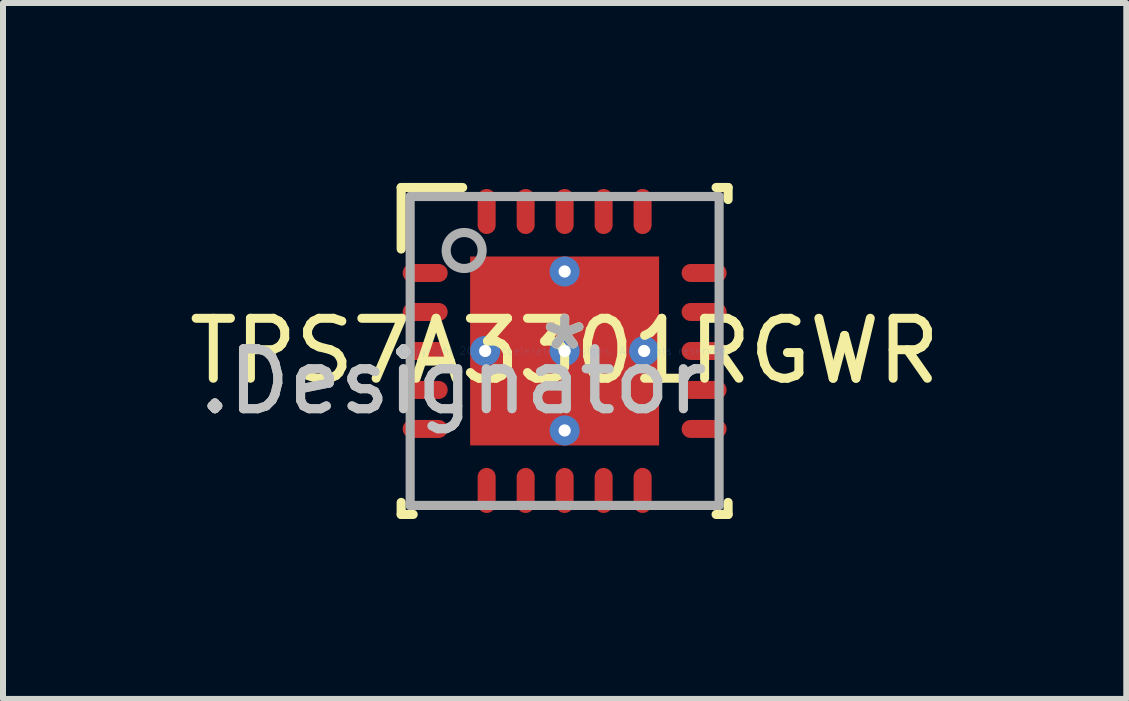
<source format=kicad_pcb>
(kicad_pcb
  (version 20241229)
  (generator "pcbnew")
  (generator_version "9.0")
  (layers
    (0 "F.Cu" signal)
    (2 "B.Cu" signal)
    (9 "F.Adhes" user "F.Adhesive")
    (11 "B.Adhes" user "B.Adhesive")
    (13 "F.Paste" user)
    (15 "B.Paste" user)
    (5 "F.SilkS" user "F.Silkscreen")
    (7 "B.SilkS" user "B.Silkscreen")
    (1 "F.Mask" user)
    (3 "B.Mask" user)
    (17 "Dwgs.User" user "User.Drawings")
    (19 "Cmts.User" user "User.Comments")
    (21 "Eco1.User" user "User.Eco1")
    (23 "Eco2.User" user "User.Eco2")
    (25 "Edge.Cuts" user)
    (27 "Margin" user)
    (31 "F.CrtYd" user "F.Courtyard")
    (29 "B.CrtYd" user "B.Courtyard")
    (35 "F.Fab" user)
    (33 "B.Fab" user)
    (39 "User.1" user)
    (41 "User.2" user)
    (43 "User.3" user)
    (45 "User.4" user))
  (footprint "TPS7A3301RGWR"
    (layer "F.Cu")
    (at 6.363 2.801)
    (property "Reference" "TPS7A3301RGWR" (at 0 0 0) (layer "F.SilkS") (effects (font (size 1 1) (thickness 0.15))))
    (attr through_hole)
    (fp_line (start -2.725 -2.725) (end -1.7 -2.725) (stroke (width 0.152) (type solid)) (layer "F.SilkS"))
    (fp_line (start -2.725 -1.7) (end -2.725 -2.725) (stroke (width 0.152) (type solid)) (layer "F.SilkS"))
    (fp_line (start -2.725 2.725) (end -2.725 2.525) (stroke (width 0.152) (type solid)) (layer "F.SilkS"))
    (fp_line (start -2.725 2.725) (end -2.525 2.725) (stroke (width 0.152) (type solid)) (layer "F.SilkS"))
    (fp_line (start 2.525 -2.725) (end 2.725 -2.725) (stroke (width 0.152) (type solid)) (layer "F.SilkS"))
    (fp_line (start 2.525 2.725) (end 2.725 2.725) (stroke (width 0.152) (type solid)) (layer "F.SilkS"))
    (fp_line (start 2.725 -2.525) (end 2.725 -2.725) (stroke (width 0.152) (type solid)) (layer "F.SilkS"))
    (fp_line (start 2.725 2.725) (end 2.725 2.525) (stroke (width 0.152) (type solid)) (layer "F.SilkS"))
    (fp_line (start -1.468 -1.468) (end -1.468 -0.1) (stroke (width 0.152) (type solid)) (layer "F.Paste"))
    (fp_line (start -1.468 -0.1) (end -0.1 -0.1) (stroke (width 0.152) (type solid)) (layer "F.Paste"))
    (fp_line (start -1.468 0.1) (end -1.468 1.468) (stroke (width 0.152) (type solid)) (layer "F.Paste"))
    (fp_line (start -1.468 1.468) (end -0.1 1.468) (stroke (width 0.152) (type solid)) (layer "F.Paste"))
    (fp_line (start -0.1 -1.468) (end -1.468 -1.468) (stroke (width 0.152) (type solid)) (layer "F.Paste"))
    (fp_line (start -0.1 -0.1) (end -0.1 -1.468) (stroke (width 0.152) (type solid)) (layer "F.Paste"))
    (fp_line (start -0.1 0.1) (end -1.468 0.1) (stroke (width 0.152) (type solid)) (layer "F.Paste"))
    (fp_line (start -0.1 1.468) (end -0.1 0.1) (stroke (width 0.152) (type solid)) (layer "F.Paste"))
    (fp_line (start 0.1 -1.468) (end 0.1 -0.1) (stroke (width 0.152) (type solid)) (layer "F.Paste"))
    (fp_line (start 0.1 -0.1) (end 1.468 -0.1) (stroke (width 0.152) (type solid)) (layer "F.Paste"))
    (fp_line (start 0.1 0.1) (end 0.1 1.468) (stroke (width 0.152) (type solid)) (layer "F.Paste"))
    (fp_line (start 0.1 1.468) (end 1.468 1.468) (stroke (width 0.152) (type solid)) (layer "F.Paste"))
    (fp_line (start 1.468 -1.468) (end 0.1 -1.468) (stroke (width 0.152) (type solid)) (layer "F.Paste"))
    (fp_line (start 1.468 -0.1) (end 1.468 -1.468) (stroke (width 0.152) (type solid)) (layer "F.Paste"))
    (fp_line (start 1.468 0.1) (end 0.1 0.1) (stroke (width 0.152) (type solid)) (layer "F.Paste"))
    (fp_line (start 1.468 1.468) (end 1.468 0.1) (stroke (width 0.152) (type solid)) (layer "F.Paste"))
    (fp_line (start -2.575 -2.575) (end 2.575 -2.575) (stroke (width 0.152) (type solid)) (layer "F.Fab"))
    (fp_line (start -2.575 2.575) (end -2.575 -2.575) (stroke (width 0.152) (type solid)) (layer "F.Fab"))
    (fp_line (start -2.575 2.575) (end 2.575 2.575) (stroke (width 0.152) (type solid)) (layer "F.Fab"))
    (fp_line (start 2.575 2.575) (end 2.575 -2.575) (stroke (width 0.152) (type solid)) (layer "F.Fab"))
    (fp_circle (center -1.675 -1.675) (end -1.375 -1.675) (stroke (width 0.152) (type solid)) (fill no) (layer "F.Fab"))
    (fp_text user "*" (at 0 0 0) (layer "F.SilkS") (effects (font (size 1 1) (thickness 0.15))))
    (fp_text user ".Designator" (at -1.854 0.508 0) (layer "Dwgs.User") (effects (font (size 1 1) (thickness 0.15))))
    (fp_text user "Copyright 2016 Accelerated Designs. All rights reserved." (at 0 0 0) (layer "Cmts.User") (effects (font (size 0.127 0.127) (thickness 0.002))))
    (fp_text user "*" (at 0 0 0) (layer "F.Fab") (effects (font (size 1 1) (thickness 0.15))))
    (fp_text user ".Designator" (at -1.854 0.508 0) (layer "F.Fab") (effects (font (size 1 1) (thickness 0.15))))
    (pad "1" smd oval (at -2.325 -1.3 90) (size 0.3 0.75) (layers "F.Cu" "F.Mask" "F.Paste"))
    (pad "2" smd oval (at -2.325 -0.65 90) (size 0.3 0.75) (layers "F.Cu" "F.Mask" "F.Paste"))
    (pad "3" smd oval (at -2.325 0 90) (size 0.3 0.75) (layers "F.Cu" "F.Mask" "F.Paste"))
    (pad "4" smd oval (at -2.325 0.65 90) (size 0.3 0.75) (layers "F.Cu" "F.Mask" "F.Paste"))
    (pad "5" smd oval (at -2.325 1.3 90) (size 0.3 0.75) (layers "F.Cu" "F.Mask" "F.Paste"))
    (pad "6" smd oval (at -1.3 2.325) (size 0.3 0.75) (layers "F.Cu" "F.Mask" "F.Paste"))
    (pad "7" smd oval (at -0.65 2.325) (size 0.3 0.75) (layers "F.Cu" "F.Mask" "F.Paste"))
    (pad "8" smd oval (at 0 2.325) (size 0.3 0.75) (layers "F.Cu" "F.Mask" "F.Paste"))
    (pad "9" smd oval (at 0.65 2.325) (size 0.3 0.75) (layers "F.Cu" "F.Mask" "F.Paste"))
    (pad "10" smd oval (at 1.3 2.325) (size 0.3 0.75) (layers "F.Cu" "F.Mask" "F.Paste"))
    (pad "11" smd oval (at 2.325 1.3 90) (size 0.3 0.75) (layers "F.Cu" "F.Mask" "F.Paste"))
    (pad "12" smd oval (at 2.325 0.65 90) (size 0.3 0.75) (layers "F.Cu" "F.Mask" "F.Paste"))
    (pad "13" smd oval (at 2.325 0 90) (size 0.3 0.75) (layers "F.Cu" "F.Mask" "F.Paste"))
    (pad "14" smd oval (at 2.325 -0.65 90) (size 0.3 0.75) (layers "F.Cu" "F.Mask" "F.Paste"))
    (pad "15" smd oval (at 2.325 -1.3 90) (size 0.3 0.75) (layers "F.Cu" "F.Mask" "F.Paste"))
    (pad "16" smd oval (at 1.3 -2.325) (size 0.3 0.75) (layers "F.Cu" "F.Mask" "F.Paste"))
    (pad "17" smd oval (at 0.65 -2.325) (size 0.3 0.75) (layers "F.Cu" "F.Mask" "F.Paste"))
    (pad "18" smd oval (at 0 -2.325) (size 0.3 0.75) (layers "F.Cu" "F.Mask" "F.Paste"))
    (pad "19" smd oval (at -0.65 -2.325) (size 0.3 0.75) (layers "F.Cu" "F.Mask" "F.Paste"))
    (pad "20" smd oval (at -1.3 -2.325) (size 0.3 0.75) (layers "F.Cu" "F.Mask" "F.Paste"))
    (pad "21" smd rect (at 0 0) (size 3.15 3.15) (layers "F.Cu" "F.Mask" "F.Paste"))
    (pad "V" thru_hole circle (at -1.325 0) (size 0.5 0.5) (drill 0.203) (layers "*.Cu" "*.Mask"))
    (pad "V" thru_hole circle (at 0 -1.325) (size 0.5 0.5) (drill 0.203) (layers "*.Cu" "*.Mask"))
    (pad "V" thru_hole circle (at 0 0) (size 0.5 0.5) (drill 0.203) (layers "*.Cu" "*.Mask"))
    (pad "V" thru_hole circle (at 0 1.325) (size 0.5 0.5) (drill 0.203) (layers "*.Cu" "*.Mask"))
    (pad "V" thru_hole circle (at 1.325 0) (size 0.5 0.5) (drill 0.203) (layers "*.Cu" "*.Mask")))
  (gr_rect
    (start -3 -3)
    (end 15.726 8.602)
    (stroke (width 0.1) (type default))
    (fill no)
    (layer "Edge.Cuts")))
</source>
